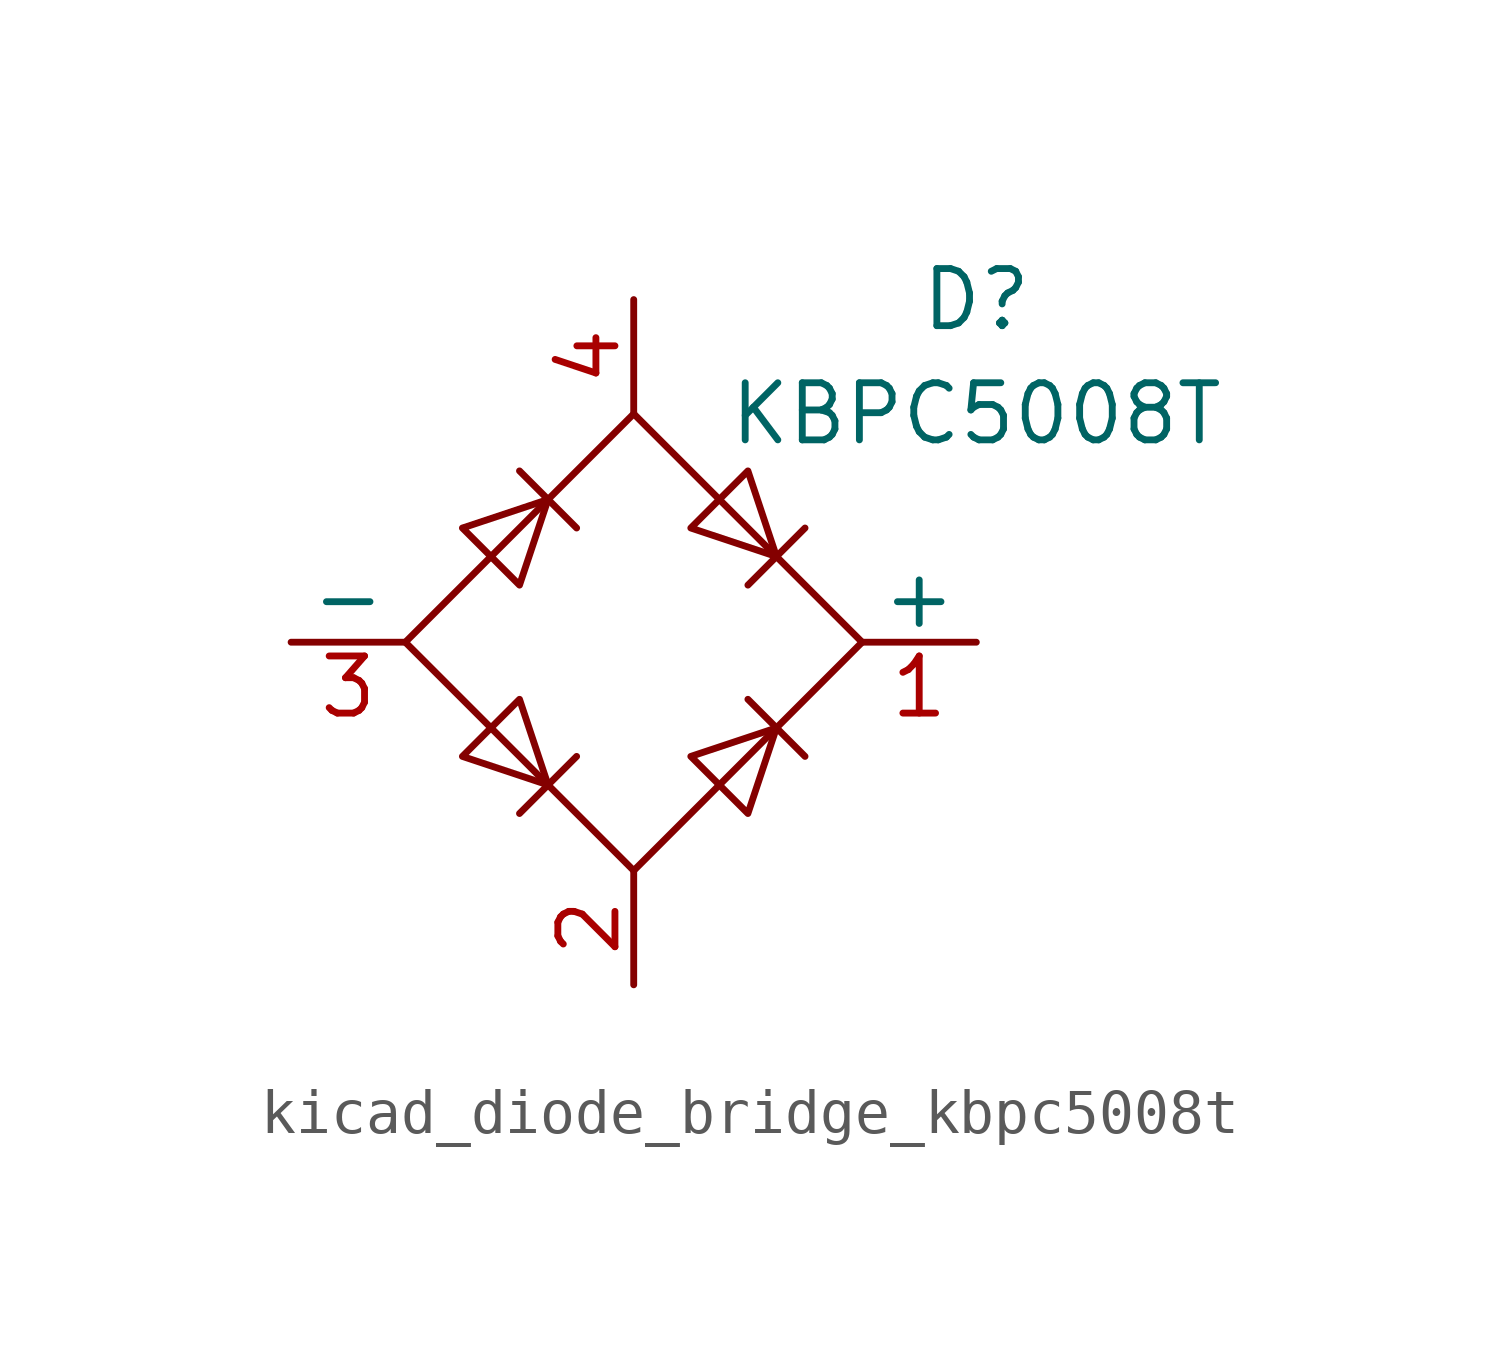
<source format=kicad_sym>
(kicad_symbol_lib
  (version 20220914)
  (generator kicad_symbol_editor)
  (symbol "kicad_diode_bridge_kbpc5008t"
    (pin_names
      (offset 0))
    (property "Reference" "D"
      (at 7.62 7.62 0)
      (effects (font (size 1.27 1.27))))
    (property "Value" "KBPC5008T"
      (at 7.62 5.08 0)
      (effects (font (size 1.27 1.27))))
    (symbol "kicad_diode_bridge_kbpc5008t_0_1"
      (polyline (pts (xy -2.54 3.81) (xy -1.27 2.54)) (stroke (width 0) (type default)) (fill (type none)))
      (polyline (pts (xy -1.27 -2.54) (xy -2.54 -3.81)) (stroke (width 0) (type default)) (fill (type none)))
      (polyline (pts (xy 2.54 -1.27) (xy 3.81 -2.54)) (stroke (width 0) (type default)) (fill (type none)))
      (polyline (pts (xy 2.54 1.27) (xy 3.81 2.54)) (stroke (width 0) (type default)) (fill (type none)))
      (polyline (pts (xy -3.81 2.54) (xy -2.54 1.27) (xy -1.905 3.175) (xy -3.81 2.54)) (stroke (width 0) (type default)) (fill (type none)))
      (polyline (pts (xy -2.54 -1.27) (xy -3.81 -2.54) (xy -1.905 -3.175) (xy -2.54 -1.27)) (stroke (width 0) (type default)) (fill (type none)))
      (polyline (pts (xy 1.27 2.54) (xy 2.54 3.81) (xy 3.175 1.905) (xy 1.27 2.54)) (stroke (width 0) (type default)) (fill (type none)))
      (polyline (pts (xy 3.175 -1.905) (xy 1.27 -2.54) (xy 2.54 -3.81) (xy 3.175 -1.905)) (stroke (width 0) (type default)) (fill (type none)))
      (polyline (pts (xy -5.08 0) (xy 0 -5.08) (xy 5.08 0) (xy 0 5.08) (xy -5.08 0)) (stroke (width 0) (type default)) (fill (type none))))
    (symbol "kicad_diode_bridge_kbpc5008t_1_1"
      (pin passive line (at 7.62 0 180) (length 2.54) (name "+" (effects (font (size 1.27 1.27)))) (number "1" (effects (font (size 1.27 1.27)))))
      (pin passive line (at 0 -7.62 90) (length 2.54) (name "~" (effects (font (size 1.27 1.27)))) (number "2" (effects (font (size 1.27 1.27)))))
      (pin passive line (at -7.62 0 0) (length 2.54) (name "-" (effects (font (size 1.27 1.27)))) (number "3" (effects (font (size 1.27 1.27)))))
      (pin passive line (at 0 7.62 270) (length 2.54) (name "~" (effects (font (size 1.27 1.27)))) (number "4" (effects (font (size 1.27 1.27))))))))
</source>
